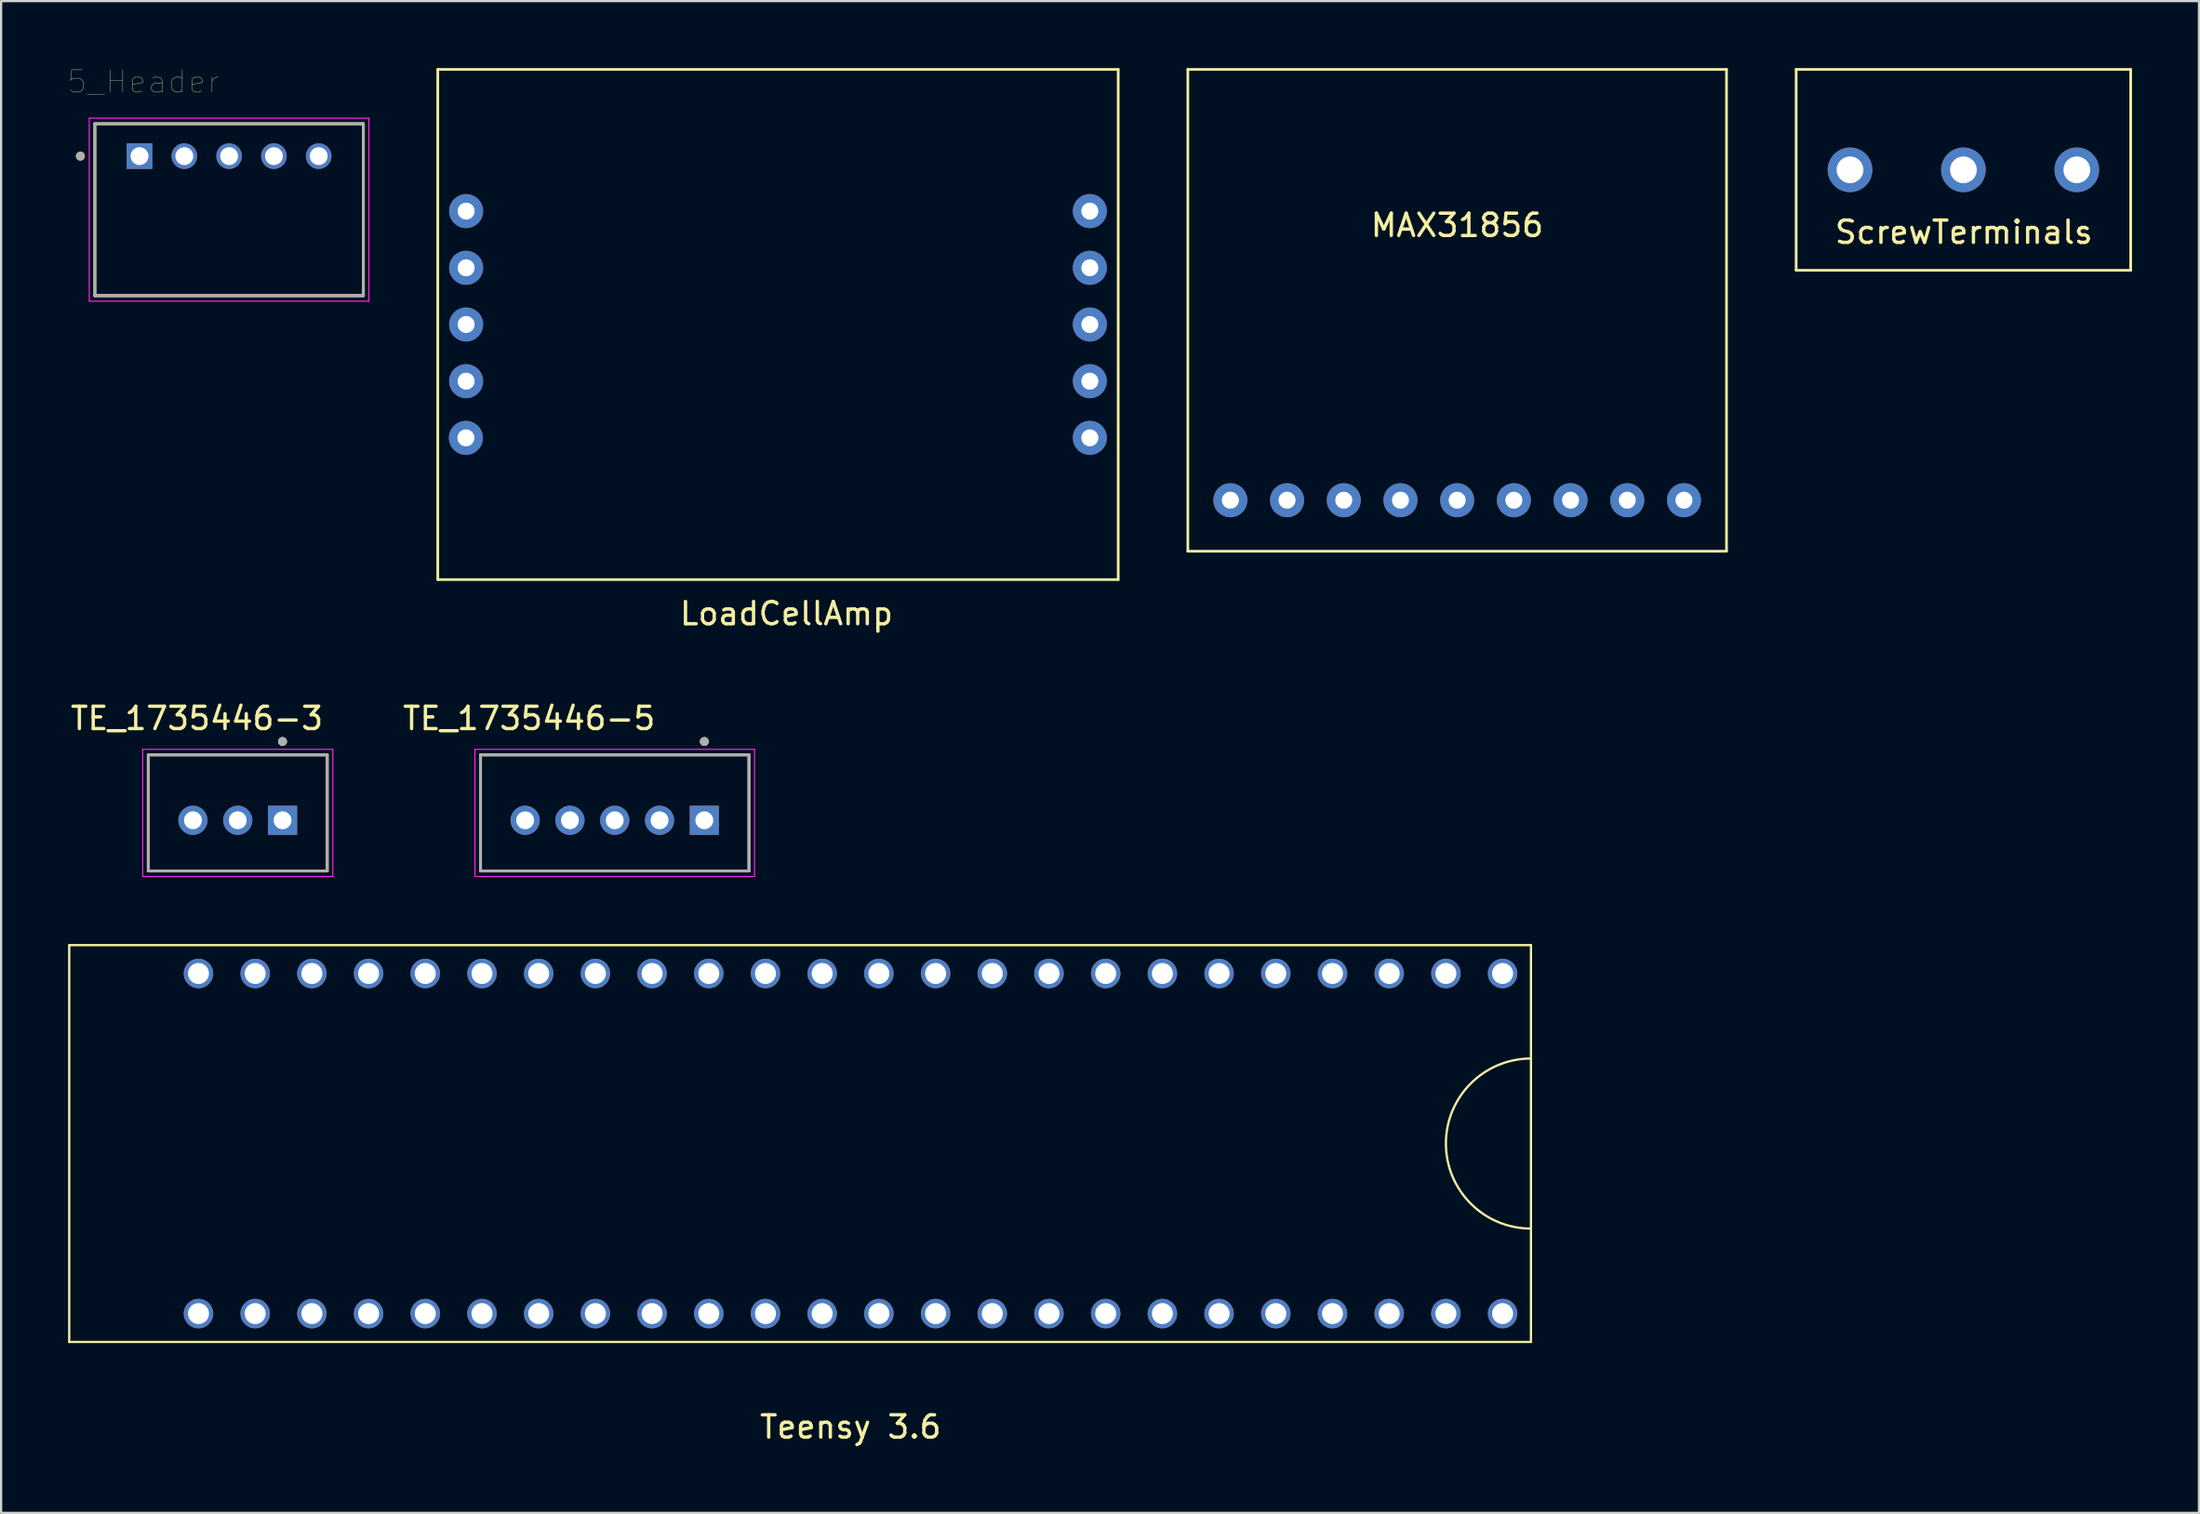
<source format=kicad_pcb>
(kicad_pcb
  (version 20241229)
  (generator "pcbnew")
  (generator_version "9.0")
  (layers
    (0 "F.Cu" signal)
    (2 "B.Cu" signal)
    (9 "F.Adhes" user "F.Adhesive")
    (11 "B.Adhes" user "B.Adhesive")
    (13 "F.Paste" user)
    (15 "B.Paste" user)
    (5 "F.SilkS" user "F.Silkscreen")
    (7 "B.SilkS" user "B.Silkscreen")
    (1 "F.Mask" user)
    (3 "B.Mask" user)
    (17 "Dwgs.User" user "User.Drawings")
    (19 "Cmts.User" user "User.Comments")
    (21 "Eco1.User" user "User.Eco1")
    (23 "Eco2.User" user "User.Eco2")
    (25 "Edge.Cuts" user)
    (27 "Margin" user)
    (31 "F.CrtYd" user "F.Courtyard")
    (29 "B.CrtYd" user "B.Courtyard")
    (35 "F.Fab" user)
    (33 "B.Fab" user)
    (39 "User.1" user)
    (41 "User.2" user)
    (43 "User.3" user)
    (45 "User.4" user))
  (footprint "TE_1735446-3"
    (layer "F.Cu")
    (at 7.6 33.706)
    (property "Reference" "TE_1735446-3" (at -1.832 -4.565 0) (layer "F.SilkS") (effects (font (size 1 1) (thickness 0.15))))
    (attr through_hole)
    (fp_line (start -4.007 -2.93) (end 4.007 -2.93) (stroke (width 0.127) (type solid)) (layer "F.SilkS"))
    (fp_line (start -4.007 2.27) (end -4.007 -2.93) (stroke (width 0.127) (type solid)) (layer "F.SilkS"))
    (fp_line (start 4.007 -2.93) (end 4.007 2.27) (stroke (width 0.127) (type solid)) (layer "F.SilkS"))
    (fp_line (start 4.007 2.27) (end -4.007 2.27) (stroke (width 0.127) (type solid)) (layer "F.SilkS"))
    (fp_circle (center 2.007 -3.53) (end 2.107 -3.53) (stroke (width 0.2) (type solid)) (fill no) (layer "F.SilkS"))
    (fp_line (start -4.257 -3.18) (end 4.257 -3.18) (stroke (width 0.05) (type solid)) (layer "F.CrtYd"))
    (fp_line (start -4.257 2.52) (end -4.257 -3.18) (stroke (width 0.05) (type solid)) (layer "F.CrtYd"))
    (fp_line (start 4.257 -3.18) (end 4.257 2.52) (stroke (width 0.05) (type solid)) (layer "F.CrtYd"))
    (fp_line (start 4.257 2.52) (end -4.257 2.52) (stroke (width 0.05) (type solid)) (layer "F.CrtYd"))
    (fp_line (start -4.007 -2.93) (end 4.007 -2.93) (stroke (width 0.127) (type solid)) (layer "F.Fab"))
    (fp_line (start -4.007 2.27) (end -4.007 -2.93) (stroke (width 0.127) (type solid)) (layer "F.Fab"))
    (fp_line (start 4.007 -2.93) (end 4.007 2.27) (stroke (width 0.127) (type solid)) (layer "F.Fab"))
    (fp_line (start 4.007 2.27) (end -4.007 2.27) (stroke (width 0.127) (type solid)) (layer "F.Fab"))
    (fp_circle (center 2.007 -3.53) (end 2.107 -3.53) (stroke (width 0.2) (type solid)) (fill no) (layer "F.Fab"))
    (pad "1" thru_hole rect (at 2.007 0) (size 1.308 1.308) (drill 0.8) (layers "*.Cu" "*.Mask"))
    (pad "2" thru_hole circle (at 0 0) (size 1.308 1.308) (drill 0.8) (layers "*.Cu" "*.Mask"))
    (pad "3" thru_hole circle (at -2.007 0) (size 1.308 1.308) (drill 0.8) (layers "*.Cu" "*.Mask")))
  (footprint "ScrewTerminals"
    (layer "F.Cu")
    (at 84.904 4.56)
    (property "Reference" "ScrewTerminals" (at 0.02 2.794 0) (layer "F.SilkS") (effects (font (size 1 1) (thickness 0.15))))
    (attr through_hole)
    (fp_line (start -7.493 -4.5) (end 7.493 -4.5) (stroke (width 0.12) (type solid)) (layer "F.SilkS"))
    (fp_line (start -7.493 4.5) (end -7.493 -4.5) (stroke (width 0.12) (type solid)) (layer "F.SilkS"))
    (fp_line (start -7.493 4.5) (end 7.493 4.5) (stroke (width 0.12) (type solid)) (layer "F.SilkS"))
    (fp_line (start 7.493 4.5) (end 7.493 -4.5) (stroke (width 0.12) (type solid)) (layer "F.SilkS"))
    (pad "1" thru_hole circle (at -5.08 0) (size 2 2) (drill 1.2) (layers "*.Cu" "*.Mask"))
    (pad "2" thru_hole circle (at 0 0) (size 2 2) (drill 1.2) (layers "*.Cu" "*.Mask"))
    (pad "3" thru_hole circle (at 5.08 0) (size 2 2) (drill 1.2) (layers "*.Cu" "*.Mask")))
  (footprint "MAX31856"
    (layer "F.Cu")
    (at 62.226 10.855)
    (property "Reference" "MAX31856" (at 0 -3.81 0) (layer "F.SilkS") (effects (font (size 1 1) (thickness 0.15))))
    (attr through_hole)
    (fp_line (start -12.065 -10.795) (end -12.065 10.795) (stroke (width 0.12) (type solid)) (layer "F.SilkS"))
    (fp_line (start -12.065 -10.795) (end 12.065 -10.795) (stroke (width 0.12) (type solid)) (layer "F.SilkS"))
    (fp_line (start -12.065 10.795) (end 12.065 10.795) (stroke (width 0.12) (type solid)) (layer "F.SilkS"))
    (fp_line (start 12.065 -10.795) (end 12.065 10.795) (stroke (width 0.12) (type solid)) (layer "F.SilkS"))
    (pad "1" thru_hole circle (at -10.16 8.509) (size 1.524 1.524) (drill 0.762) (layers "*.Cu" "*.Mask"))
    (pad "2" thru_hole circle (at -7.62 8.509) (size 1.524 1.524) (drill 0.762) (layers "*.Cu" "*.Mask"))
    (pad "3" thru_hole circle (at -5.08 8.509) (size 1.524 1.524) (drill 0.762) (layers "*.Cu" "*.Mask"))
    (pad "4" thru_hole circle (at -2.54 8.509) (size 1.524 1.524) (drill 0.762) (layers "*.Cu" "*.Mask"))
    (pad "5" thru_hole circle (at 0 8.509) (size 1.524 1.524) (drill 0.762) (layers "*.Cu" "*.Mask"))
    (pad "6" thru_hole circle (at 2.54 8.509) (size 1.524 1.524) (drill 0.762) (layers "*.Cu" "*.Mask"))
    (pad "7" thru_hole circle (at 5.08 8.509) (size 1.524 1.524) (drill 0.762) (layers "*.Cu" "*.Mask"))
    (pad "8" thru_hole circle (at 7.62 8.509) (size 1.524 1.524) (drill 0.762) (layers "*.Cu" "*.Mask"))
    (pad "9" thru_hole circle (at 10.16 8.509) (size 1.524 1.524) (drill 0.762) (layers "*.Cu" "*.Mask")))
  (footprint "5_Header"
    (layer "F.Cu")
    (at 3.2 3.946)
    (property "Reference" "5_Header" (at 0.175 -3.335 0) (layer "F.SilkS") (effects (font (size 1 1) (thickness 0.015))))
    (attr through_hole)
    (fp_line (start -2 6.25) (end -2 -1.45) (stroke (width 0.127) (type solid)) (layer "F.SilkS"))
    (fp_line (start 10.026 -1.45) (end -2 -1.45) (stroke (width 0.127) (type solid)) (layer "F.SilkS"))
    (fp_line (start 10.026 -1.45) (end 10.026 6.25) (stroke (width 0.127) (type solid)) (layer "F.SilkS"))
    (fp_line (start 10.026 6.25) (end -2 6.25) (stroke (width 0.127) (type solid)) (layer "F.SilkS"))
    (fp_circle (center -2.65 0) (end -2.55 0) (stroke (width 0.2) (type solid)) (fill no) (layer "F.SilkS"))
    (fp_line (start -2.25 -1.7) (end 10.276 -1.7) (stroke (width 0.05) (type solid)) (layer "F.CrtYd"))
    (fp_line (start -2.25 6.5) (end -2.25 -1.7) (stroke (width 0.05) (type solid)) (layer "F.CrtYd"))
    (fp_line (start 10.276 -1.7) (end 10.276 6.5) (stroke (width 0.05) (type solid)) (layer "F.CrtYd"))
    (fp_line (start 10.276 6.5) (end -2.25 6.5) (stroke (width 0.05) (type solid)) (layer "F.CrtYd"))
    (fp_line (start -2 -1.45) (end 10.026 -1.45) (stroke (width 0.127) (type solid)) (layer "F.Fab"))
    (fp_line (start -2 6.25) (end -2 -1.45) (stroke (width 0.127) (type solid)) (layer "F.Fab"))
    (fp_line (start -2 6.25) (end -2 6.25) (stroke (width 0.127) (type solid)) (layer "F.Fab"))
    (fp_line (start -2 6.25) (end 10.026 6.25) (stroke (width 0.127) (type solid)) (layer "F.Fab"))
    (fp_line (start 10.026 -1.45) (end 10.026 6.25) (stroke (width 0.127) (type solid)) (layer "F.Fab"))
    (fp_line (start 10.026 6.25) (end -2 6.25) (stroke (width 0.127) (type solid)) (layer "F.Fab"))
    (fp_line (start 10.026 6.25) (end 10.026 6.25) (stroke (width 0.127) (type solid)) (layer "F.Fab"))
    (fp_circle (center -2.65 0) (end -2.55 0) (stroke (width 0.2) (type solid)) (fill no) (layer "F.Fab"))
    (pad "1" thru_hole rect (at 0 0) (size 1.15 1.15) (drill 0.8) (layers "*.Cu" "*.Mask"))
    (pad "2" thru_hole circle (at 2.007 0) (size 1.15 1.15) (drill 0.8) (layers "*.Cu" "*.Mask"))
    (pad "3" thru_hole circle (at 4.013 0) (size 1.15 1.15) (drill 0.8) (layers "*.Cu" "*.Mask"))
    (pad "4" thru_hole circle (at 6.02 0) (size 1.15 1.15) (drill 0.8) (layers "*.Cu" "*.Mask"))
    (pad "5" thru_hole circle (at 8.026 0) (size 1.15 1.15) (drill 0.8) (layers "*.Cu" "*.Mask")))
  (footprint "LoadCellAmp"
    (layer "F.Cu")
    (at 31.801 11.49)
    (property "Reference" "LoadCellAmp" (at 0.381 12.954 0) (layer "F.SilkS") (effects (font (size 1 1) (thickness 0.15))))
    (attr through_hole)
    (fp_line (start -15.24 -11.43) (end -15.24 11.43) (stroke (width 0.12) (type solid)) (layer "F.SilkS"))
    (fp_line (start -15.24 -11.43) (end 15.24 -11.43) (stroke (width 0.12) (type solid)) (layer "F.SilkS"))
    (fp_line (start 15.24 -11.43) (end 15.24 11.43) (stroke (width 0.12) (type solid)) (layer "F.SilkS"))
    (fp_line (start 15.24 11.43) (end -15.24 11.43) (stroke (width 0.12) (type solid)) (layer "F.SilkS"))
    (pad "1" thru_hole circle (at -13.97 -5.08) (size 1.524 1.524) (drill 0.762) (layers "*.Cu" "*.Mask"))
    (pad "2" thru_hole circle (at -13.97 -2.54) (size 1.524 1.524) (drill 0.762) (layers "*.Cu" "*.Mask"))
    (pad "3" thru_hole circle (at -13.97 0) (size 1.524 1.524) (drill 0.762) (layers "*.Cu" "*.Mask"))
    (pad "4" thru_hole circle (at -13.97 2.54) (size 1.524 1.524) (drill 0.762) (layers "*.Cu" "*.Mask"))
    (pad "5" thru_hole circle (at -13.98 5.08) (size 1.524 1.524) (drill 0.762) (layers "*.Cu" "*.Mask"))
    (pad "6" thru_hole circle (at 13.97 5.08) (size 1.524 1.524) (drill 0.762) (layers "*.Cu" "*.Mask"))
    (pad "7" thru_hole circle (at 13.97 2.54) (size 1.524 1.524) (drill 0.762) (layers "*.Cu" "*.Mask"))
    (pad "8" thru_hole circle (at 13.97 0) (size 1.524 1.524) (drill 0.762) (layers "*.Cu" "*.Mask"))
    (pad "9" thru_hole circle (at 13.97 -2.54) (size 1.524 1.524) (drill 0.762) (layers "*.Cu" "*.Mask"))
    (pad "10" thru_hole circle (at 13.97 -5.08) (size 1.524 1.524) (drill 0.762) (layers "*.Cu" "*.Mask")))
  (footprint "TE_1735446-5"
    (layer "F.Cu")
    (at 24.488 33.706)
    (property "Reference" "TE_1735446-5" (at -3.838 -4.565 0) (layer "F.SilkS") (effects (font (size 1 1) (thickness 0.15))))
    (attr through_hole)
    (fp_line (start -6.013 -2.93) (end 6.013 -2.93) (stroke (width 0.127) (type solid)) (layer "F.SilkS"))
    (fp_line (start -6.013 2.27) (end -6.013 -2.93) (stroke (width 0.127) (type solid)) (layer "F.SilkS"))
    (fp_line (start 6.013 -2.93) (end 6.013 2.27) (stroke (width 0.127) (type solid)) (layer "F.SilkS"))
    (fp_line (start 6.013 2.27) (end -6.013 2.27) (stroke (width 0.127) (type solid)) (layer "F.SilkS"))
    (fp_circle (center 4.013 -3.53) (end 4.113 -3.53) (stroke (width 0.2) (type solid)) (fill no) (layer "F.SilkS"))
    (fp_line (start -6.263 -3.18) (end 6.263 -3.18) (stroke (width 0.05) (type solid)) (layer "F.CrtYd"))
    (fp_line (start -6.263 2.52) (end -6.263 -3.18) (stroke (width 0.05) (type solid)) (layer "F.CrtYd"))
    (fp_line (start 6.263 -3.18) (end 6.263 2.52) (stroke (width 0.05) (type solid)) (layer "F.CrtYd"))
    (fp_line (start 6.263 2.52) (end -6.263 2.52) (stroke (width 0.05) (type solid)) (layer "F.CrtYd"))
    (fp_line (start -6.013 -2.93) (end 6.013 -2.93) (stroke (width 0.127) (type solid)) (layer "F.Fab"))
    (fp_line (start -6.013 2.27) (end -6.013 -2.93) (stroke (width 0.127) (type solid)) (layer "F.Fab"))
    (fp_line (start 6.013 -2.93) (end 6.013 2.27) (stroke (width 0.127) (type solid)) (layer "F.Fab"))
    (fp_line (start 6.013 2.27) (end -6.013 2.27) (stroke (width 0.127) (type solid)) (layer "F.Fab"))
    (fp_circle (center 4.013 -3.53) (end 4.113 -3.53) (stroke (width 0.2) (type solid)) (fill no) (layer "F.Fab"))
    (pad "1" thru_hole rect (at 4.013 0) (size 1.308 1.308) (drill 0.8) (layers "*.Cu" "*.Mask"))
    (pad "2" thru_hole circle (at 2.007 0) (size 1.308 1.308) (drill 0.8) (layers "*.Cu" "*.Mask"))
    (pad "3" thru_hole circle (at 0 0) (size 1.308 1.308) (drill 0.8) (layers "*.Cu" "*.Mask"))
    (pad "4" thru_hole circle (at -2.007 0) (size 1.308 1.308) (drill 0.8) (layers "*.Cu" "*.Mask"))
    (pad "5" thru_hole circle (at -4.013 0) (size 1.308 1.308) (drill 0.8) (layers "*.Cu" "*.Mask")))
  (footprint "Teensy 3.6"
    (layer "F.Cu")
    (at 35.051 48.191)
    (property "Reference" "Teensy 3.6" (at 0 12.7 0) (layer "F.SilkS") (effects (font (size 1 1) (thickness 0.15))))
    (attr through_hole)
    (fp_line (start -35 -8.89) (end -35 8.89) (stroke (width 0.102) (type solid)) (layer "F.SilkS"))
    (fp_line (start -35 -8.89) (end 30.48 -8.89) (stroke (width 0.102) (type solid)) (layer "F.SilkS"))
    (fp_line (start -35 8.89) (end 30.48 8.89) (stroke (width 0.102) (type solid)) (layer "F.SilkS"))
    (fp_line (start 30.48 8.89) (end 30.48 -8.89) (stroke (width 0.102) (type solid)) (layer "F.SilkS"))
    (fp_arc (start 30.48 3.81) (mid 26.67 0) (end 30.48 -3.81) (stroke (width 0.1016) (type solid)) (layer "F.SilkS"))
    (pad "0" thru_hole circle (at 26.67 -7.62) (size 1.321 1.321) (drill 0.94) (layers "*.Cu" "*.Mask"))
    (pad "1" thru_hole circle (at 24.13 -7.62) (size 1.321 1.321) (drill 0.94) (layers "*.Cu" "*.Mask"))
    (pad "2" thru_hole circle (at 21.59 -7.62) (size 1.321 1.321) (drill 0.94) (layers "*.Cu" "*.Mask"))
    (pad "3" thru_hole circle (at 19.05 -7.62) (size 1.321 1.321) (drill 0.94) (layers "*.Cu" "*.Mask"))
    (pad "4" thru_hole circle (at 16.51 -7.62) (size 1.321 1.321) (drill 0.94) (layers "*.Cu" "*.Mask"))
    (pad "5" thru_hole circle (at 13.97 -7.62) (size 1.321 1.321) (drill 0.94) (layers "*.Cu" "*.Mask"))
    (pad "6" thru_hole circle (at 11.43 -7.62) (size 1.321 1.321) (drill 0.94) (layers "*.Cu" "*.Mask"))
    (pad "7" thru_hole circle (at 8.89 -7.62) (size 1.321 1.321) (drill 0.94) (layers "*.Cu" "*.Mask"))
    (pad "8" thru_hole circle (at 6.35 -7.62) (size 1.321 1.321) (drill 0.94) (layers "*.Cu" "*.Mask"))
    (pad "9" thru_hole circle (at 3.81 -7.62) (size 1.321 1.321) (drill 0.94) (layers "*.Cu" "*.Mask"))
    (pad "10" thru_hole circle (at 1.27 -7.62) (size 1.321 1.321) (drill 0.94) (layers "*.Cu" "*.Mask"))
    (pad "11" thru_hole circle (at -1.27 -7.62) (size 1.321 1.321) (drill 0.94) (layers "*.Cu" "*.Mask"))
    (pad "12" thru_hole circle (at -3.81 -7.62) (size 1.321 1.321) (drill 0.94) (layers "*.Cu" "*.Mask"))
    (pad "13" thru_hole circle (at -3.81 7.62) (size 1.321 1.321) (drill 0.94) (layers "*.Cu" "*.Mask"))
    (pad "14" thru_hole circle (at -1.27 7.62) (size 1.321 1.321) (drill 0.94) (layers "*.Cu" "*.Mask"))
    (pad "15" thru_hole circle (at 1.27 7.62) (size 1.321 1.321) (drill 0.94) (layers "*.Cu" "*.Mask"))
    (pad "16" thru_hole circle (at 3.81 7.62) (size 1.321 1.321) (drill 0.94) (layers "*.Cu" "*.Mask"))
    (pad "17" thru_hole circle (at 6.35 7.62) (size 1.321 1.321) (drill 0.94) (layers "*.Cu" "*.Mask"))
    (pad "18" thru_hole circle (at 8.89 7.62) (size 1.321 1.321) (drill 0.94) (layers "*.Cu" "*.Mask"))
    (pad "19" thru_hole circle (at 11.43 7.62) (size 1.321 1.321) (drill 0.94) (layers "*.Cu" "*.Mask"))
    (pad "20" thru_hole circle (at 13.97 7.62) (size 1.321 1.321) (drill 0.94) (layers "*.Cu" "*.Mask"))
    (pad "21" thru_hole circle (at 16.51 7.62) (size 1.321 1.321) (drill 0.94) (layers "*.Cu" "*.Mask"))
    (pad "22" thru_hole circle (at 19.05 7.62) (size 1.321 1.321) (drill 0.94) (layers "*.Cu" "*.Mask"))
    (pad "23" thru_hole circle (at 21.59 7.62) (size 1.321 1.321) (drill 0.94) (layers "*.Cu" "*.Mask"))
    (pad "24" thru_hole circle (at -8.89 -7.62) (size 1.321 1.321) (drill 0.94) (layers "*.Cu" "*.Mask"))
    (pad "25" thru_hole circle (at -11.43 -7.62) (size 1.321 1.321) (drill 0.94) (layers "*.Cu" "*.Mask"))
    (pad "26" thru_hole circle (at -13.97 -7.62) (size 1.321 1.321) (drill 0.94) (layers "*.Cu" "*.Mask"))
    (pad "27" thru_hole circle (at -16.51 -7.62) (size 1.321 1.321) (drill 0.94) (layers "*.Cu" "*.Mask"))
    (pad "28" thru_hole circle (at -19.05 -7.62) (size 1.321 1.321) (drill 0.94) (layers "*.Cu" "*.Mask"))
    (pad "29" thru_hole circle (at -21.59 -7.62) (size 1.321 1.321) (drill 0.94) (layers "*.Cu" "*.Mask"))
    (pad "30" thru_hole circle (at -24.13 -7.62) (size 1.321 1.321) (drill 0.94) (layers "*.Cu" "*.Mask"))
    (pad "31" thru_hole circle (at -26.67 -7.62) (size 1.321 1.321) (drill 0.94) (layers "*.Cu" "*.Mask"))
    (pad "32" thru_hole circle (at -29.21 -7.62) (size 1.321 1.321) (drill 0.94) (layers "*.Cu" "*.Mask"))
    (pad "33" thru_hole circle (at -29.21 7.62) (size 1.321 1.321) (drill 0.94) (layers "*.Cu" "*.Mask"))
    (pad "34" thru_hole circle (at -26.67 7.62) (size 1.321 1.321) (drill 0.94) (layers "*.Cu" "*.Mask"))
    (pad "35" thru_hole circle (at -24.13 7.62) (size 1.321 1.321) (drill 0.94) (layers "*.Cu" "*.Mask"))
    (pad "36" thru_hole circle (at -21.59 7.62) (size 1.321 1.321) (drill 0.94) (layers "*.Cu" "*.Mask"))
    (pad "37" thru_hole circle (at -19.05 7.62) (size 1.321 1.321) (drill 0.94) (layers "*.Cu" "*.Mask"))
    (pad "38" thru_hole circle (at -16.51 7.62) (size 1.321 1.321) (drill 0.94) (layers "*.Cu" "*.Mask"))
    (pad "39" thru_hole circle (at -13.97 7.62) (size 1.321 1.321) (drill 0.94) (layers "*.Cu" "*.Mask"))
    (pad "40" thru_hole circle (at 29.21 7.62) (size 1.321 1.321) (drill 0.94) (layers "*.Cu" "*.Mask"))
    (pad "41" thru_hole circle (at 26.67 7.62) (size 1.321 1.321) (drill 0.94) (layers "*.Cu" "*.Mask"))
    (pad "42" thru_hole circle (at 24.13 7.62) (size 1.321 1.321) (drill 0.94) (layers "*.Cu" "*.Mask"))
    (pad "43" thru_hole circle (at -6.35 7.62) (size 1.321 1.321) (drill 0.94) (layers "*.Cu" "*.Mask"))
    (pad "44" thru_hole circle (at -8.89 7.62) (size 1.321 1.321) (drill 0.94) (layers "*.Cu" "*.Mask"))
    (pad "45" thru_hole circle (at -11.43 7.62) (size 1.321 1.321) (drill 0.94) (layers "*.Cu" "*.Mask"))
    (pad "46" thru_hole circle (at 29.21 -7.62) (size 1.321 1.321) (drill 0.94) (layers "*.Cu" "*.Mask"))
    (pad "47" thru_hole circle (at -6.35 -7.62) (size 1.321 1.321) (drill 0.94) (layers "*.Cu" "*.Mask")))
  (gr_rect
    (start -3 -3)
    (end 95.457 64.74)
    (stroke (width 0.1) (type default))
    (fill no)
    (layer "Edge.Cuts")))
</source>
